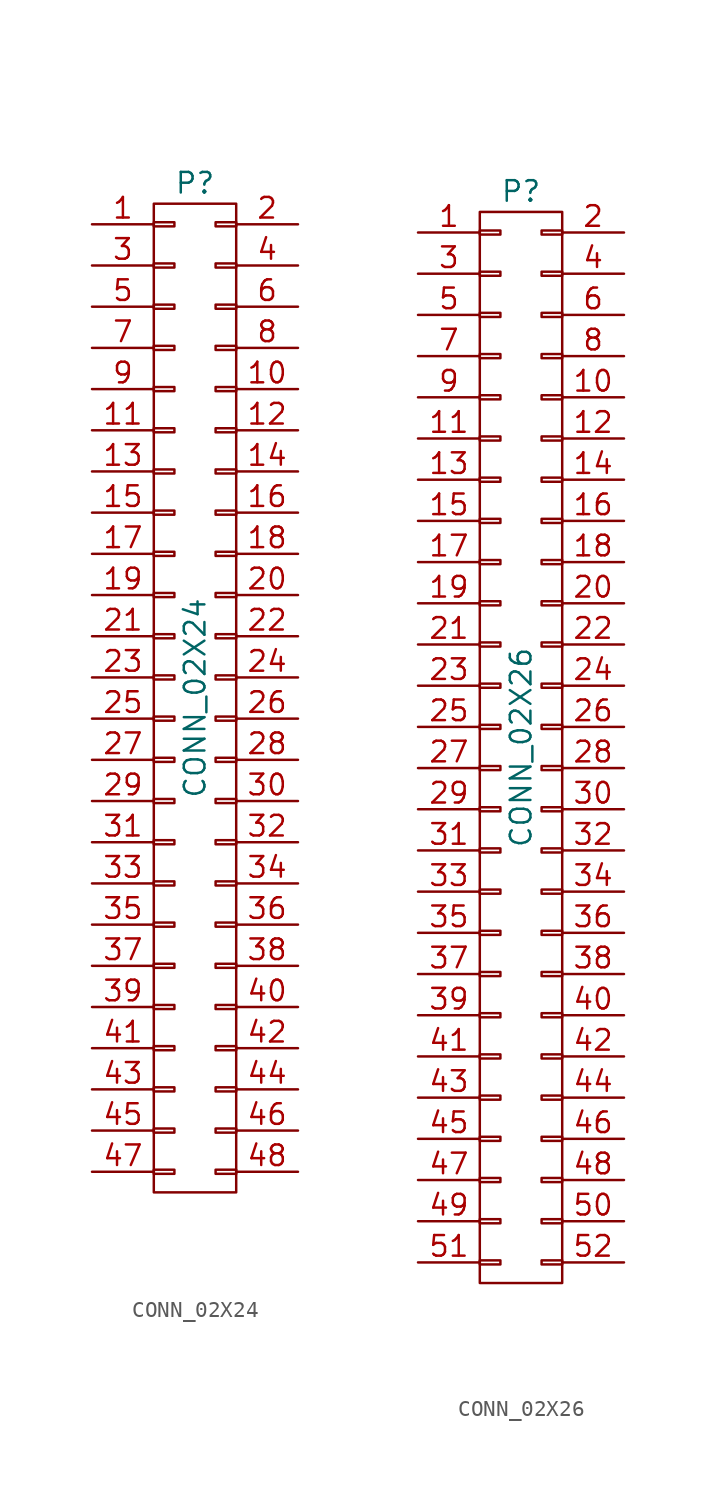
<source format=kicad_sym>
(kicad_symbol_lib
  (version 20231120)
  (generator "kicad_symbol_editor")
  (generator_version "8.0")
  (symbol "CONN_02X24"
    (pin_names
      (offset 0.025) hide)
    (property "Reference" "P"
      (at 0 31.75 0)
      (effects (font (size 1.27 1.27))))
    (property "Value" "CONN_02X24"
      (at 0 0 90)
      (effects (font (size 1.27 1.27))))
    (property "Footprint" ""
      (at 0 -20.32 0)
      (effects (font (size 1.27 1.27))))
    (property "Datasheet" ""
      (at 0 -20.32 0)
      (effects (font (size 1.27 1.27))))
    (symbol "CONN_02X24_0_1"
      (rectangle (start -2.54 -29.083) (end -1.27 -29.337) (stroke (width 0) (type solid)) (fill (type none)))
      (rectangle (start -2.54 -26.543) (end -1.27 -26.797) (stroke (width 0) (type solid)) (fill (type none)))
      (rectangle (start -2.54 -24.003) (end -1.27 -24.257) (stroke (width 0) (type solid)) (fill (type none)))
      (rectangle (start -2.54 -21.463) (end -1.27 -21.717) (stroke (width 0) (type solid)) (fill (type none)))
      (rectangle (start -2.54 -18.923) (end -1.27 -19.177) (stroke (width 0) (type solid)) (fill (type none)))
      (rectangle (start -2.54 -16.383) (end -1.27 -16.637) (stroke (width 0) (type solid)) (fill (type none)))
      (rectangle (start -2.54 -13.843) (end -1.27 -14.097) (stroke (width 0) (type solid)) (fill (type none)))
      (rectangle (start -2.54 -11.303) (end -1.27 -11.557) (stroke (width 0) (type solid)) (fill (type none)))
      (rectangle (start -2.54 -8.763) (end -1.27 -9.017) (stroke (width 0) (type solid)) (fill (type none)))
      (rectangle (start -2.54 -6.223) (end -1.27 -6.477) (stroke (width 0) (type solid)) (fill (type none)))
      (rectangle (start -2.54 -3.683) (end -1.27 -3.937) (stroke (width 0) (type solid)) (fill (type none)))
      (rectangle (start -2.54 -1.143) (end -1.27 -1.397) (stroke (width 0) (type solid)) (fill (type none)))
      (rectangle (start -2.54 1.397) (end -1.27 1.143) (stroke (width 0) (type solid)) (fill (type none)))
      (rectangle (start -2.54 3.937) (end -1.27 3.683) (stroke (width 0) (type solid)) (fill (type none)))
      (rectangle (start -2.54 6.477) (end -1.27 6.223) (stroke (width 0) (type solid)) (fill (type none)))
      (rectangle (start -2.54 9.017) (end -1.27 8.763) (stroke (width 0) (type solid)) (fill (type none)))
      (rectangle (start -2.54 11.557) (end -1.27 11.303) (stroke (width 0) (type solid)) (fill (type none)))
      (rectangle (start -2.54 14.097) (end -1.27 13.843) (stroke (width 0) (type solid)) (fill (type none)))
      (rectangle (start -2.54 16.637) (end -1.27 16.383) (stroke (width 0) (type solid)) (fill (type none)))
      (rectangle (start -2.54 19.177) (end -1.27 18.923) (stroke (width 0) (type solid)) (fill (type none)))
      (rectangle (start -2.54 21.717) (end -1.27 21.463) (stroke (width 0) (type solid)) (fill (type none)))
      (rectangle (start -2.54 24.257) (end -1.27 24.003) (stroke (width 0) (type solid)) (fill (type none)))
      (rectangle (start -2.54 26.797) (end -1.27 26.543) (stroke (width 0) (type solid)) (fill (type none)))
      (rectangle (start -2.54 29.337) (end -1.27 29.083) (stroke (width 0) (type solid)) (fill (type none)))
      (rectangle (start -2.54 30.48) (end 2.54 -30.48) (stroke (width 0) (type solid)) (fill (type none)))
      (rectangle (start 1.27 -29.083) (end 2.54 -29.337) (stroke (width 0) (type solid)) (fill (type none)))
      (rectangle (start 1.27 -26.543) (end 2.54 -26.797) (stroke (width 0) (type solid)) (fill (type none)))
      (rectangle (start 1.27 -24.003) (end 2.54 -24.257) (stroke (width 0) (type solid)) (fill (type none)))
      (rectangle (start 1.27 -21.463) (end 2.54 -21.717) (stroke (width 0) (type solid)) (fill (type none)))
      (rectangle (start 1.27 -18.923) (end 2.54 -19.177) (stroke (width 0) (type solid)) (fill (type none)))
      (rectangle (start 1.27 -16.383) (end 2.54 -16.637) (stroke (width 0) (type solid)) (fill (type none)))
      (rectangle (start 1.27 -13.843) (end 2.54 -14.097) (stroke (width 0) (type solid)) (fill (type none)))
      (rectangle (start 1.27 -11.303) (end 2.54 -11.557) (stroke (width 0) (type solid)) (fill (type none)))
      (rectangle (start 1.27 -8.763) (end 2.54 -9.017) (stroke (width 0) (type solid)) (fill (type none)))
      (rectangle (start 1.27 -6.223) (end 2.54 -6.477) (stroke (width 0) (type solid)) (fill (type none)))
      (rectangle (start 1.27 -3.683) (end 2.54 -3.937) (stroke (width 0) (type solid)) (fill (type none)))
      (rectangle (start 1.27 -1.143) (end 2.54 -1.397) (stroke (width 0) (type solid)) (fill (type none)))
      (rectangle (start 1.27 1.397) (end 2.54 1.143) (stroke (width 0) (type solid)) (fill (type none)))
      (rectangle (start 1.27 3.937) (end 2.54 3.683) (stroke (width 0) (type solid)) (fill (type none)))
      (rectangle (start 1.27 6.477) (end 2.54 6.223) (stroke (width 0) (type solid)) (fill (type none)))
      (rectangle (start 1.27 9.017) (end 2.54 8.763) (stroke (width 0) (type solid)) (fill (type none)))
      (rectangle (start 1.27 11.557) (end 2.54 11.303) (stroke (width 0) (type solid)) (fill (type none)))
      (rectangle (start 1.27 14.097) (end 2.54 13.843) (stroke (width 0) (type solid)) (fill (type none)))
      (rectangle (start 1.27 16.637) (end 2.54 16.383) (stroke (width 0) (type solid)) (fill (type none)))
      (rectangle (start 1.27 19.177) (end 2.54 18.923) (stroke (width 0) (type solid)) (fill (type none)))
      (rectangle (start 1.27 21.717) (end 2.54 21.463) (stroke (width 0) (type solid)) (fill (type none)))
      (rectangle (start 1.27 24.257) (end 2.54 24.003) (stroke (width 0) (type solid)) (fill (type none)))
      (rectangle (start 1.27 26.797) (end 2.54 26.543) (stroke (width 0) (type solid)) (fill (type none)))
      (rectangle (start 1.27 29.337) (end 2.54 29.083) (stroke (width 0) (type solid)) (fill (type none))))
    (symbol "CONN_02X24_1_1"
      (pin passive line (at -6.35 29.21 0) (length 3.81) (name "P1" (effects (font (size 1.27 1.27)))) (number "1" (effects (font (size 1.27 1.27)))))
      (pin passive line (at 6.35 19.05 180) (length 3.81) (name "P10" (effects (font (size 1.27 1.27)))) (number "10" (effects (font (size 1.27 1.27)))))
      (pin passive line (at -6.35 16.51 0) (length 3.81) (name "P11" (effects (font (size 1.27 1.27)))) (number "11" (effects (font (size 1.27 1.27)))))
      (pin passive line (at 6.35 16.51 180) (length 3.81) (name "P12" (effects (font (size 1.27 1.27)))) (number "12" (effects (font (size 1.27 1.27)))))
      (pin passive line (at -6.35 13.97 0) (length 3.81) (name "P13" (effects (font (size 1.27 1.27)))) (number "13" (effects (font (size 1.27 1.27)))))
      (pin passive line (at 6.35 13.97 180) (length 3.81) (name "P14" (effects (font (size 1.27 1.27)))) (number "14" (effects (font (size 1.27 1.27)))))
      (pin passive line (at -6.35 11.43 0) (length 3.81) (name "P15" (effects (font (size 1.27 1.27)))) (number "15" (effects (font (size 1.27 1.27)))))
      (pin passive line (at 6.35 11.43 180) (length 3.81) (name "P16" (effects (font (size 1.27 1.27)))) (number "16" (effects (font (size 1.27 1.27)))))
      (pin passive line (at -6.35 8.89 0) (length 3.81) (name "P17" (effects (font (size 1.27 1.27)))) (number "17" (effects (font (size 1.27 1.27)))))
      (pin passive line (at 6.35 8.89 180) (length 3.81) (name "P18" (effects (font (size 1.27 1.27)))) (number "18" (effects (font (size 1.27 1.27)))))
      (pin passive line (at -6.35 6.35 0) (length 3.81) (name "P19" (effects (font (size 1.27 1.27)))) (number "19" (effects (font (size 1.27 1.27)))))
      (pin passive line (at 6.35 29.21 180) (length 3.81) (name "P2" (effects (font (size 1.27 1.27)))) (number "2" (effects (font (size 1.27 1.27)))))
      (pin passive line (at 6.35 6.35 180) (length 3.81) (name "P20" (effects (font (size 1.27 1.27)))) (number "20" (effects (font (size 1.27 1.27)))))
      (pin passive line (at -6.35 3.81 0) (length 3.81) (name "P21" (effects (font (size 1.27 1.27)))) (number "21" (effects (font (size 1.27 1.27)))))
      (pin passive line (at 6.35 3.81 180) (length 3.81) (name "P22" (effects (font (size 1.27 1.27)))) (number "22" (effects (font (size 1.27 1.27)))))
      (pin passive line (at -6.35 1.27 0) (length 3.81) (name "P23" (effects (font (size 1.27 1.27)))) (number "23" (effects (font (size 1.27 1.27)))))
      (pin passive line (at 6.35 1.27 180) (length 3.81) (name "P24" (effects (font (size 1.27 1.27)))) (number "24" (effects (font (size 1.27 1.27)))))
      (pin passive line (at -6.35 -1.27 0) (length 3.81) (name "P25" (effects (font (size 1.27 1.27)))) (number "25" (effects (font (size 1.27 1.27)))))
      (pin passive line (at 6.35 -1.27 180) (length 3.81) (name "P26" (effects (font (size 1.27 1.27)))) (number "26" (effects (font (size 1.27 1.27)))))
      (pin passive line (at -6.35 -3.81 0) (length 3.81) (name "P27" (effects (font (size 1.27 1.27)))) (number "27" (effects (font (size 1.27 1.27)))))
      (pin passive line (at 6.35 -3.81 180) (length 3.81) (name "P28" (effects (font (size 1.27 1.27)))) (number "28" (effects (font (size 1.27 1.27)))))
      (pin passive line (at -6.35 -6.35 0) (length 3.81) (name "P29" (effects (font (size 1.27 1.27)))) (number "29" (effects (font (size 1.27 1.27)))))
      (pin passive line (at -6.35 26.67 0) (length 3.81) (name "P3" (effects (font (size 1.27 1.27)))) (number "3" (effects (font (size 1.27 1.27)))))
      (pin passive line (at 6.35 -6.35 180) (length 3.81) (name "P30" (effects (font (size 1.27 1.27)))) (number "30" (effects (font (size 1.27 1.27)))))
      (pin passive line (at -6.35 -8.89 0) (length 3.81) (name "P31" (effects (font (size 1.27 1.27)))) (number "31" (effects (font (size 1.27 1.27)))))
      (pin passive line (at 6.35 -8.89 180) (length 3.81) (name "P32" (effects (font (size 1.27 1.27)))) (number "32" (effects (font (size 1.27 1.27)))))
      (pin passive line (at -6.35 -11.43 0) (length 3.81) (name "P33" (effects (font (size 1.27 1.27)))) (number "33" (effects (font (size 1.27 1.27)))))
      (pin passive line (at 6.35 -11.43 180) (length 3.81) (name "P34" (effects (font (size 1.27 1.27)))) (number "34" (effects (font (size 1.27 1.27)))))
      (pin passive line (at -6.35 -13.97 0) (length 3.81) (name "P35" (effects (font (size 1.27 1.27)))) (number "35" (effects (font (size 1.27 1.27)))))
      (pin passive line (at 6.35 -13.97 180) (length 3.81) (name "P36" (effects (font (size 1.27 1.27)))) (number "36" (effects (font (size 1.27 1.27)))))
      (pin passive line (at -6.35 -16.51 0) (length 3.81) (name "P37" (effects (font (size 1.27 1.27)))) (number "37" (effects (font (size 1.27 1.27)))))
      (pin passive line (at 6.35 -16.51 180) (length 3.81) (name "P38" (effects (font (size 1.27 1.27)))) (number "38" (effects (font (size 1.27 1.27)))))
      (pin passive line (at -6.35 -19.05 0) (length 3.81) (name "P39" (effects (font (size 1.27 1.27)))) (number "39" (effects (font (size 1.27 1.27)))))
      (pin passive line (at 6.35 26.67 180) (length 3.81) (name "P4" (effects (font (size 1.27 1.27)))) (number "4" (effects (font (size 1.27 1.27)))))
      (pin passive line (at 6.35 -19.05 180) (length 3.81) (name "P40" (effects (font (size 1.27 1.27)))) (number "40" (effects (font (size 1.27 1.27)))))
      (pin passive line (at -6.35 -21.59 0) (length 3.81) (name "P41" (effects (font (size 1.27 1.27)))) (number "41" (effects (font (size 1.27 1.27)))))
      (pin passive line (at 6.35 -21.59 180) (length 3.81) (name "P42" (effects (font (size 1.27 1.27)))) (number "42" (effects (font (size 1.27 1.27)))))
      (pin passive line (at -6.35 -24.13 0) (length 3.81) (name "P43" (effects (font (size 1.27 1.27)))) (number "43" (effects (font (size 1.27 1.27)))))
      (pin passive line (at 6.35 -24.13 180) (length 3.81) (name "P44" (effects (font (size 1.27 1.27)))) (number "44" (effects (font (size 1.27 1.27)))))
      (pin passive line (at -6.35 -26.67 0) (length 3.81) (name "P45" (effects (font (size 1.27 1.27)))) (number "45" (effects (font (size 1.27 1.27)))))
      (pin passive line (at 6.35 -26.67 180) (length 3.81) (name "P46" (effects (font (size 1.27 1.27)))) (number "46" (effects (font (size 1.27 1.27)))))
      (pin passive line (at -6.35 -29.21 0) (length 3.81) (name "P47" (effects (font (size 1.27 1.27)))) (number "47" (effects (font (size 1.27 1.27)))))
      (pin passive line (at 6.35 -29.21 180) (length 3.81) (name "P48" (effects (font (size 1.27 1.27)))) (number "48" (effects (font (size 1.27 1.27)))))
      (pin passive line (at -6.35 24.13 0) (length 3.81) (name "P5" (effects (font (size 1.27 1.27)))) (number "5" (effects (font (size 1.27 1.27)))))
      (pin passive line (at 6.35 24.13 180) (length 3.81) (name "P6" (effects (font (size 1.27 1.27)))) (number "6" (effects (font (size 1.27 1.27)))))
      (pin passive line (at -6.35 21.59 0) (length 3.81) (name "P7" (effects (font (size 1.27 1.27)))) (number "7" (effects (font (size 1.27 1.27)))))
      (pin passive line (at 6.35 21.59 180) (length 3.81) (name "P8" (effects (font (size 1.27 1.27)))) (number "8" (effects (font (size 1.27 1.27)))))
      (pin passive line (at -6.35 19.05 0) (length 3.81) (name "P9" (effects (font (size 1.27 1.27)))) (number "9" (effects (font (size 1.27 1.27)))))))
  (symbol "CONN_02X26"
    (pin_names
      (offset 0.025) hide)
    (property "Reference" "P"
      (at 0 34.29 0)
      (effects (font (size 1.27 1.27))))
    (property "Value" "CONN_02X26"
      (at 0 0 90)
      (effects (font (size 1.27 1.27))))
    (property "Footprint" ""
      (at 0 -17.78 0)
      (effects (font (size 1.27 1.27))))
    (property "Datasheet" ""
      (at 0 -17.78 0)
      (effects (font (size 1.27 1.27))))
    (symbol "CONN_02X26_0_1"
      (rectangle (start -2.54 -31.623) (end -1.27 -31.877) (stroke (width 0) (type solid)) (fill (type none)))
      (rectangle (start -2.54 -29.083) (end -1.27 -29.337) (stroke (width 0) (type solid)) (fill (type none)))
      (rectangle (start -2.54 -26.543) (end -1.27 -26.797) (stroke (width 0) (type solid)) (fill (type none)))
      (rectangle (start -2.54 -24.003) (end -1.27 -24.257) (stroke (width 0) (type solid)) (fill (type none)))
      (rectangle (start -2.54 -21.463) (end -1.27 -21.717) (stroke (width 0) (type solid)) (fill (type none)))
      (rectangle (start -2.54 -18.923) (end -1.27 -19.177) (stroke (width 0) (type solid)) (fill (type none)))
      (rectangle (start -2.54 -16.383) (end -1.27 -16.637) (stroke (width 0) (type solid)) (fill (type none)))
      (rectangle (start -2.54 -13.843) (end -1.27 -14.097) (stroke (width 0) (type solid)) (fill (type none)))
      (rectangle (start -2.54 -11.303) (end -1.27 -11.557) (stroke (width 0) (type solid)) (fill (type none)))
      (rectangle (start -2.54 -8.763) (end -1.27 -9.017) (stroke (width 0) (type solid)) (fill (type none)))
      (rectangle (start -2.54 -6.223) (end -1.27 -6.477) (stroke (width 0) (type solid)) (fill (type none)))
      (rectangle (start -2.54 -3.683) (end -1.27 -3.937) (stroke (width 0) (type solid)) (fill (type none)))
      (rectangle (start -2.54 -1.143) (end -1.27 -1.397) (stroke (width 0) (type solid)) (fill (type none)))
      (rectangle (start -2.54 1.397) (end -1.27 1.143) (stroke (width 0) (type solid)) (fill (type none)))
      (rectangle (start -2.54 3.937) (end -1.27 3.683) (stroke (width 0) (type solid)) (fill (type none)))
      (rectangle (start -2.54 6.477) (end -1.27 6.223) (stroke (width 0) (type solid)) (fill (type none)))
      (rectangle (start -2.54 9.017) (end -1.27 8.763) (stroke (width 0) (type solid)) (fill (type none)))
      (rectangle (start -2.54 11.557) (end -1.27 11.303) (stroke (width 0) (type solid)) (fill (type none)))
      (rectangle (start -2.54 14.097) (end -1.27 13.843) (stroke (width 0) (type solid)) (fill (type none)))
      (rectangle (start -2.54 16.637) (end -1.27 16.383) (stroke (width 0) (type solid)) (fill (type none)))
      (rectangle (start -2.54 19.177) (end -1.27 18.923) (stroke (width 0) (type solid)) (fill (type none)))
      (rectangle (start -2.54 21.717) (end -1.27 21.463) (stroke (width 0) (type solid)) (fill (type none)))
      (rectangle (start -2.54 24.257) (end -1.27 24.003) (stroke (width 0) (type solid)) (fill (type none)))
      (rectangle (start -2.54 26.797) (end -1.27 26.543) (stroke (width 0) (type solid)) (fill (type none)))
      (rectangle (start -2.54 29.337) (end -1.27 29.083) (stroke (width 0) (type solid)) (fill (type none)))
      (rectangle (start -2.54 31.877) (end -1.27 31.623) (stroke (width 0) (type solid)) (fill (type none)))
      (rectangle (start -2.54 33.02) (end 2.54 -33.02) (stroke (width 0) (type solid)) (fill (type none)))
      (rectangle (start 1.27 -31.623) (end 2.54 -31.877) (stroke (width 0) (type solid)) (fill (type none)))
      (rectangle (start 1.27 -29.083) (end 2.54 -29.337) (stroke (width 0) (type solid)) (fill (type none)))
      (rectangle (start 1.27 -26.543) (end 2.54 -26.797) (stroke (width 0) (type solid)) (fill (type none)))
      (rectangle (start 1.27 -24.003) (end 2.54 -24.257) (stroke (width 0) (type solid)) (fill (type none)))
      (rectangle (start 1.27 -21.463) (end 2.54 -21.717) (stroke (width 0) (type solid)) (fill (type none)))
      (rectangle (start 1.27 -18.923) (end 2.54 -19.177) (stroke (width 0) (type solid)) (fill (type none)))
      (rectangle (start 1.27 -16.383) (end 2.54 -16.637) (stroke (width 0) (type solid)) (fill (type none)))
      (rectangle (start 1.27 -13.843) (end 2.54 -14.097) (stroke (width 0) (type solid)) (fill (type none)))
      (rectangle (start 1.27 -11.303) (end 2.54 -11.557) (stroke (width 0) (type solid)) (fill (type none)))
      (rectangle (start 1.27 -8.763) (end 2.54 -9.017) (stroke (width 0) (type solid)) (fill (type none)))
      (rectangle (start 1.27 -6.223) (end 2.54 -6.477) (stroke (width 0) (type solid)) (fill (type none)))
      (rectangle (start 1.27 -3.683) (end 2.54 -3.937) (stroke (width 0) (type solid)) (fill (type none)))
      (rectangle (start 1.27 -1.143) (end 2.54 -1.397) (stroke (width 0) (type solid)) (fill (type none)))
      (rectangle (start 1.27 1.397) (end 2.54 1.143) (stroke (width 0) (type solid)) (fill (type none)))
      (rectangle (start 1.27 3.937) (end 2.54 3.683) (stroke (width 0) (type solid)) (fill (type none)))
      (rectangle (start 1.27 6.477) (end 2.54 6.223) (stroke (width 0) (type solid)) (fill (type none)))
      (rectangle (start 1.27 9.017) (end 2.54 8.763) (stroke (width 0) (type solid)) (fill (type none)))
      (rectangle (start 1.27 11.557) (end 2.54 11.303) (stroke (width 0) (type solid)) (fill (type none)))
      (rectangle (start 1.27 14.097) (end 2.54 13.843) (stroke (width 0) (type solid)) (fill (type none)))
      (rectangle (start 1.27 16.637) (end 2.54 16.383) (stroke (width 0) (type solid)) (fill (type none)))
      (rectangle (start 1.27 19.177) (end 2.54 18.923) (stroke (width 0) (type solid)) (fill (type none)))
      (rectangle (start 1.27 21.717) (end 2.54 21.463) (stroke (width 0) (type solid)) (fill (type none)))
      (rectangle (start 1.27 24.257) (end 2.54 24.003) (stroke (width 0) (type solid)) (fill (type none)))
      (rectangle (start 1.27 26.797) (end 2.54 26.543) (stroke (width 0) (type solid)) (fill (type none)))
      (rectangle (start 1.27 29.337) (end 2.54 29.083) (stroke (width 0) (type solid)) (fill (type none)))
      (rectangle (start 1.27 31.877) (end 2.54 31.623) (stroke (width 0) (type solid)) (fill (type none))))
    (symbol "CONN_02X26_1_1"
      (pin passive line (at -6.35 31.75 0) (length 3.81) (name "P1" (effects (font (size 1.27 1.27)))) (number "1" (effects (font (size 1.27 1.27)))))
      (pin passive line (at 6.35 21.59 180) (length 3.81) (name "P10" (effects (font (size 1.27 1.27)))) (number "10" (effects (font (size 1.27 1.27)))))
      (pin passive line (at -6.35 19.05 0) (length 3.81) (name "P11" (effects (font (size 1.27 1.27)))) (number "11" (effects (font (size 1.27 1.27)))))
      (pin passive line (at 6.35 19.05 180) (length 3.81) (name "P12" (effects (font (size 1.27 1.27)))) (number "12" (effects (font (size 1.27 1.27)))))
      (pin passive line (at -6.35 16.51 0) (length 3.81) (name "P13" (effects (font (size 1.27 1.27)))) (number "13" (effects (font (size 1.27 1.27)))))
      (pin passive line (at 6.35 16.51 180) (length 3.81) (name "P14" (effects (font (size 1.27 1.27)))) (number "14" (effects (font (size 1.27 1.27)))))
      (pin passive line (at -6.35 13.97 0) (length 3.81) (name "P15" (effects (font (size 1.27 1.27)))) (number "15" (effects (font (size 1.27 1.27)))))
      (pin passive line (at 6.35 13.97 180) (length 3.81) (name "P16" (effects (font (size 1.27 1.27)))) (number "16" (effects (font (size 1.27 1.27)))))
      (pin passive line (at -6.35 11.43 0) (length 3.81) (name "P17" (effects (font (size 1.27 1.27)))) (number "17" (effects (font (size 1.27 1.27)))))
      (pin passive line (at 6.35 11.43 180) (length 3.81) (name "P18" (effects (font (size 1.27 1.27)))) (number "18" (effects (font (size 1.27 1.27)))))
      (pin passive line (at -6.35 8.89 0) (length 3.81) (name "P19" (effects (font (size 1.27 1.27)))) (number "19" (effects (font (size 1.27 1.27)))))
      (pin passive line (at 6.35 31.75 180) (length 3.81) (name "P2" (effects (font (size 1.27 1.27)))) (number "2" (effects (font (size 1.27 1.27)))))
      (pin passive line (at 6.35 8.89 180) (length 3.81) (name "P20" (effects (font (size 1.27 1.27)))) (number "20" (effects (font (size 1.27 1.27)))))
      (pin passive line (at -6.35 6.35 0) (length 3.81) (name "P21" (effects (font (size 1.27 1.27)))) (number "21" (effects (font (size 1.27 1.27)))))
      (pin passive line (at 6.35 6.35 180) (length 3.81) (name "P22" (effects (font (size 1.27 1.27)))) (number "22" (effects (font (size 1.27 1.27)))))
      (pin passive line (at -6.35 3.81 0) (length 3.81) (name "P23" (effects (font (size 1.27 1.27)))) (number "23" (effects (font (size 1.27 1.27)))))
      (pin passive line (at 6.35 3.81 180) (length 3.81) (name "P24" (effects (font (size 1.27 1.27)))) (number "24" (effects (font (size 1.27 1.27)))))
      (pin passive line (at -6.35 1.27 0) (length 3.81) (name "P25" (effects (font (size 1.27 1.27)))) (number "25" (effects (font (size 1.27 1.27)))))
      (pin passive line (at 6.35 1.27 180) (length 3.81) (name "P26" (effects (font (size 1.27 1.27)))) (number "26" (effects (font (size 1.27 1.27)))))
      (pin passive line (at -6.35 -1.27 0) (length 3.81) (name "P27" (effects (font (size 1.27 1.27)))) (number "27" (effects (font (size 1.27 1.27)))))
      (pin passive line (at 6.35 -1.27 180) (length 3.81) (name "P28" (effects (font (size 1.27 1.27)))) (number "28" (effects (font (size 1.27 1.27)))))
      (pin passive line (at -6.35 -3.81 0) (length 3.81) (name "P29" (effects (font (size 1.27 1.27)))) (number "29" (effects (font (size 1.27 1.27)))))
      (pin passive line (at -6.35 29.21 0) (length 3.81) (name "P3" (effects (font (size 1.27 1.27)))) (number "3" (effects (font (size 1.27 1.27)))))
      (pin passive line (at 6.35 -3.81 180) (length 3.81) (name "P30" (effects (font (size 1.27 1.27)))) (number "30" (effects (font (size 1.27 1.27)))))
      (pin passive line (at -6.35 -6.35 0) (length 3.81) (name "P31" (effects (font (size 1.27 1.27)))) (number "31" (effects (font (size 1.27 1.27)))))
      (pin passive line (at 6.35 -6.35 180) (length 3.81) (name "P32" (effects (font (size 1.27 1.27)))) (number "32" (effects (font (size 1.27 1.27)))))
      (pin passive line (at -6.35 -8.89 0) (length 3.81) (name "P33" (effects (font (size 1.27 1.27)))) (number "33" (effects (font (size 1.27 1.27)))))
      (pin passive line (at 6.35 -8.89 180) (length 3.81) (name "P34" (effects (font (size 1.27 1.27)))) (number "34" (effects (font (size 1.27 1.27)))))
      (pin passive line (at -6.35 -11.43 0) (length 3.81) (name "P35" (effects (font (size 1.27 1.27)))) (number "35" (effects (font (size 1.27 1.27)))))
      (pin passive line (at 6.35 -11.43 180) (length 3.81) (name "P36" (effects (font (size 1.27 1.27)))) (number "36" (effects (font (size 1.27 1.27)))))
      (pin passive line (at -6.35 -13.97 0) (length 3.81) (name "P37" (effects (font (size 1.27 1.27)))) (number "37" (effects (font (size 1.27 1.27)))))
      (pin passive line (at 6.35 -13.97 180) (length 3.81) (name "P38" (effects (font (size 1.27 1.27)))) (number "38" (effects (font (size 1.27 1.27)))))
      (pin passive line (at -6.35 -16.51 0) (length 3.81) (name "P39" (effects (font (size 1.27 1.27)))) (number "39" (effects (font (size 1.27 1.27)))))
      (pin passive line (at 6.35 29.21 180) (length 3.81) (name "P4" (effects (font (size 1.27 1.27)))) (number "4" (effects (font (size 1.27 1.27)))))
      (pin passive line (at 6.35 -16.51 180) (length 3.81) (name "P40" (effects (font (size 1.27 1.27)))) (number "40" (effects (font (size 1.27 1.27)))))
      (pin passive line (at -6.35 -19.05 0) (length 3.81) (name "P41" (effects (font (size 1.27 1.27)))) (number "41" (effects (font (size 1.27 1.27)))))
      (pin passive line (at 6.35 -19.05 180) (length 3.81) (name "P42" (effects (font (size 1.27 1.27)))) (number "42" (effects (font (size 1.27 1.27)))))
      (pin passive line (at -6.35 -21.59 0) (length 3.81) (name "P43" (effects (font (size 1.27 1.27)))) (number "43" (effects (font (size 1.27 1.27)))))
      (pin passive line (at 6.35 -21.59 180) (length 3.81) (name "P44" (effects (font (size 1.27 1.27)))) (number "44" (effects (font (size 1.27 1.27)))))
      (pin passive line (at -6.35 -24.13 0) (length 3.81) (name "P45" (effects (font (size 1.27 1.27)))) (number "45" (effects (font (size 1.27 1.27)))))
      (pin passive line (at 6.35 -24.13 180) (length 3.81) (name "P46" (effects (font (size 1.27 1.27)))) (number "46" (effects (font (size 1.27 1.27)))))
      (pin passive line (at -6.35 -26.67 0) (length 3.81) (name "P47" (effects (font (size 1.27 1.27)))) (number "47" (effects (font (size 1.27 1.27)))))
      (pin passive line (at 6.35 -26.67 180) (length 3.81) (name "P48" (effects (font (size 1.27 1.27)))) (number "48" (effects (font (size 1.27 1.27)))))
      (pin passive line (at -6.35 -29.21 0) (length 3.81) (name "P49" (effects (font (size 1.27 1.27)))) (number "49" (effects (font (size 1.27 1.27)))))
      (pin passive line (at -6.35 26.67 0) (length 3.81) (name "P5" (effects (font (size 1.27 1.27)))) (number "5" (effects (font (size 1.27 1.27)))))
      (pin passive line (at 6.35 -29.21 180) (length 3.81) (name "P50" (effects (font (size 1.27 1.27)))) (number "50" (effects (font (size 1.27 1.27)))))
      (pin passive line (at -6.35 -31.75 0) (length 3.81) (name "P51" (effects (font (size 1.27 1.27)))) (number "51" (effects (font (size 1.27 1.27)))))
      (pin passive line (at 6.35 -31.75 180) (length 3.81) (name "P52" (effects (font (size 1.27 1.27)))) (number "52" (effects (font (size 1.27 1.27)))))
      (pin passive line (at 6.35 26.67 180) (length 3.81) (name "P6" (effects (font (size 1.27 1.27)))) (number "6" (effects (font (size 1.27 1.27)))))
      (pin passive line (at -6.35 24.13 0) (length 3.81) (name "P7" (effects (font (size 1.27 1.27)))) (number "7" (effects (font (size 1.27 1.27)))))
      (pin passive line (at 6.35 24.13 180) (length 3.81) (name "P8" (effects (font (size 1.27 1.27)))) (number "8" (effects (font (size 1.27 1.27)))))
      (pin passive line (at -6.35 21.59 0) (length 3.81) (name "P9" (effects (font (size 1.27 1.27)))) (number "9" (effects (font (size 1.27 1.27))))))))
</source>
